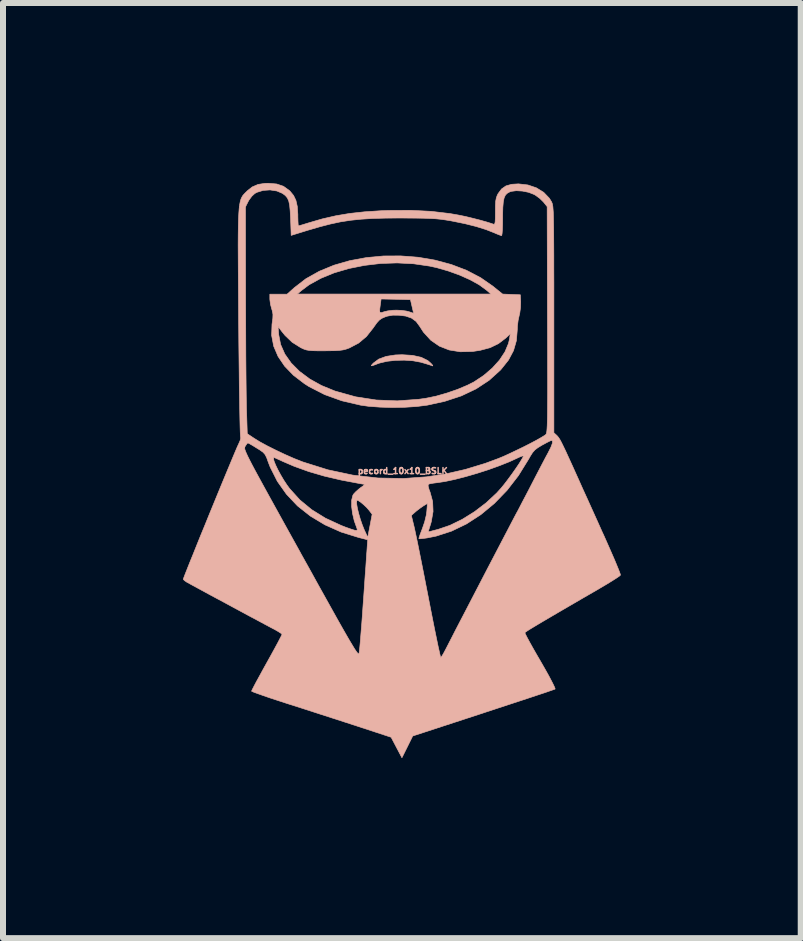
<source format=kicad_pcb>
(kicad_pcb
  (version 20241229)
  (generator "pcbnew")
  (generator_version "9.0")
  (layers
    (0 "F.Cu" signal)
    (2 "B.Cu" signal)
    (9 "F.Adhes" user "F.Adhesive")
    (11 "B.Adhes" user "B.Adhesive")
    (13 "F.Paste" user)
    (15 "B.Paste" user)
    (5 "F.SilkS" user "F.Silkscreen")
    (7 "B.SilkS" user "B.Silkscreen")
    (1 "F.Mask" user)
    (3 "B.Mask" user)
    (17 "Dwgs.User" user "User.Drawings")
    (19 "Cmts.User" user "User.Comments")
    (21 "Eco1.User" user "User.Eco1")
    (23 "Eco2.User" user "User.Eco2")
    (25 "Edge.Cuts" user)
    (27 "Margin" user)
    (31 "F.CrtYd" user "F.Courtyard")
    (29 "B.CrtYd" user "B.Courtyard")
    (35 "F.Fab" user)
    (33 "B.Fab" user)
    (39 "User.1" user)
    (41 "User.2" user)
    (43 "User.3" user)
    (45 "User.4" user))
  (footprint "pecord_10x10_BSLK"
    (layer "F.Cu")
    (at 3.663 4.8)
    (property "Reference" "pecord_10x10_BSLK" (at 0 0 0) (layer "B.SilkS") (effects (font (size 0.1 0.1) (thickness 0.025))))
    (attr through_hole)
    (fp_poly (pts (xy 0.165 -1.926) (xy 0.308 -1.894) (xy 0.418 -1.84) (xy 0.469 -1.795) (xy 0.499 -1.761) (xy 0.501 -1.75) (xy 0.478 -1.758) (xy 0.438 -1.771) (xy 0.373 -1.791) (xy 0.297 -1.813) (xy 0.295 -1.813) (xy 0.171 -1.836) (xy 0.028 -1.846) (xy -0.121 -1.843) (xy -0.262 -1.827) (xy -0.381 -1.799) (xy -0.406 -1.791) (xy -0.477 -1.764) (xy -0.515 -1.752) (xy -0.524 -1.755) (xy -0.51 -1.775) (xy -0.488 -1.798) (xy -0.399 -1.864) (xy -0.277 -1.909) (xy -0.123 -1.933) (xy -0.01 -1.937) (xy 0.165 -1.926)) (stroke (width 0.01) (type solid)) (fill yes) (layer "B.SilkS"))
    (fp_poly (pts (xy 0.256 -3.562) (xy 0.538 -3.514) (xy 0.809 -3.441) (xy 1.064 -3.344) (xy 1.299 -3.221) (xy 1.502 -3.08) (xy 1.665 -2.948) (xy 1.813 -2.942) (xy 1.961 -2.936) (xy 1.967 -2.818) (xy 1.964 -2.725) (xy 1.951 -2.629) (xy 1.942 -2.591) (xy 1.924 -2.508) (xy 1.912 -2.411) (xy 1.91 -2.353) (xy 1.895 -2.171) (xy 1.847 -2.005) (xy 1.764 -1.849) (xy 1.643 -1.697) (xy 1.627 -1.679) (xy 1.44 -1.51) (xy 1.224 -1.368) (xy 0.978 -1.251) (xy 0.701 -1.16) (xy 0.409 -1.096) (xy 0.236 -1.074) (xy 0.039 -1.061) (xy -0.17 -1.057) (xy -0.377 -1.063) (xy -0.568 -1.077) (xy -0.702 -1.096) (xy -1.015 -1.169) (xy -1.301 -1.272) (xy -1.561 -1.405) (xy -1.638 -1.454) (xy -1.821 -1.594) (xy -1.968 -1.746) (xy -2.078 -1.909) (xy -2.151 -2.08) (xy -2.185 -2.259) (xy -2.18 -2.408) (xy -2.078 -2.408) (xy -2.067 -2.272) (xy -2.035 -2.107) (xy -1.965 -1.948) (xy -1.859 -1.798) (xy -1.72 -1.659) (xy -1.551 -1.533) (xy -1.355 -1.424) (xy -1.133 -1.333) (xy -1.121 -1.329) (xy -0.783 -1.235) (xy -0.44 -1.182) (xy -0.09 -1.168) (xy 0.267 -1.194) (xy 0.386 -1.211) (xy 0.556 -1.246) (xy 0.737 -1.298) (xy 0.917 -1.36) (xy 1.08 -1.429) (xy 1.189 -1.484) (xy 1.351 -1.592) (xy 1.494 -1.715) (xy 1.614 -1.848) (xy 1.705 -1.986) (xy 1.763 -2.124) (xy 1.78 -2.196) (xy 1.793 -2.286) (xy 1.715 -2.212) (xy 1.595 -2.121) (xy 1.456 -2.054) (xy 1.291 -2.01) (xy 1.165 -1.991) (xy 0.959 -1.986) (xy 0.774 -2.016) (xy 0.611 -2.08) (xy 0.468 -2.179) (xy 0.346 -2.313) (xy 0.284 -2.409) (xy 0.224 -2.491) (xy 0.148 -2.547) (xy 0.05 -2.581) (xy -0.061 -2.595) (xy -0.166 -2.596) (xy -0.255 -2.58) (xy -0.294 -2.567) (xy -0.349 -2.543) (xy -0.391 -2.513) (xy -0.432 -2.468) (xy -0.482 -2.398) (xy -0.493 -2.382) (xy -0.605 -2.24) (xy -0.735 -2.131) (xy -0.889 -2.05) (xy -0.894 -2.048) (xy -0.944 -2.03) (xy -0.995 -2.017) (xy -1.054 -2.009) (xy -1.131 -2.004) (xy -1.236 -2.003) (xy -1.3 -2.002) (xy -1.417 -2.002) (xy -1.501 -2.004) (xy -1.562 -2.009) (xy -1.608 -2.017) (xy -1.649 -2.031) (xy -1.692 -2.051) (xy -1.707 -2.059) (xy -1.843 -2.145) (xy -1.961 -2.258) (xy -2.017 -2.327) (xy -2.078 -2.408) (xy -2.18 -2.408) (xy -2.179 -2.443) (xy -2.177 -2.457) (xy -2.165 -2.545) (xy -2.163 -2.607) (xy -2.17 -2.653) (xy -0.384 -2.653) (xy -0.373 -2.637) (xy -0.346 -2.641) (xy -0.31 -2.653) (xy -0.248 -2.668) (xy -0.165 -2.678) (xy -0.102 -2.68) (xy -0.018 -2.676) (xy 0.061 -2.665) (xy 0.107 -2.653) (xy 0.154 -2.637) (xy 0.18 -2.629) (xy 0.182 -2.629) (xy 0.177 -2.648) (xy 0.166 -2.696) (xy 0.155 -2.743) (xy 0.129 -2.855) (xy -0.116 -2.861) (xy -0.36 -2.866) (xy -0.373 -2.771) (xy -0.383 -2.696) (xy -0.384 -2.653) (xy -2.17 -2.653) (xy -2.171 -2.659) (xy -2.184 -2.701) (xy -2.204 -2.776) (xy -2.214 -2.852) (xy -2.215 -2.868) (xy -2.215 -2.946) (xy -2.071 -2.946) (xy -1.927 -2.946) (xy -1.925 -2.948) (xy -1.758 -2.948) (xy 1.473 -2.948) (xy 1.392 -3.017) (xy 1.274 -3.103) (xy 1.124 -3.186) (xy 0.95 -3.264) (xy 0.762 -3.332) (xy 0.568 -3.388) (xy 0.449 -3.414) (xy 0.182 -3.453) (xy -0.092 -3.467) (xy -0.367 -3.458) (xy -0.637 -3.426) (xy -0.897 -3.374) (xy -1.142 -3.302) (xy -1.364 -3.211) (xy -1.56 -3.103) (xy -1.692 -3.004) (xy -1.758 -2.948) (xy -1.925 -2.948) (xy -1.808 -3.053) (xy -1.614 -3.203) (xy -1.391 -3.328) (xy -1.146 -3.429) (xy -0.882 -3.505) (xy -0.606 -3.556) (xy -0.32 -3.583) (xy -0.032 -3.584) (xy 0.256 -3.562)) (stroke (width 0.01) (type solid)) (fill yes) (layer "B.SilkS"))
    (fp_poly (pts (xy -2.1 -4.783) (xy -1.988 -4.745) (xy -1.892 -4.676) (xy -1.878 -4.663) (xy -1.819 -4.591) (xy -1.78 -4.509) (xy -1.757 -4.407) (xy -1.748 -4.277) (xy -1.748 -4.238) (xy -1.746 -4.165) (xy -1.743 -4.11) (xy -1.739 -4.085) (xy -1.738 -4.084) (xy -1.716 -4.09) (xy -1.665 -4.105) (xy -1.594 -4.127) (xy -1.571 -4.134) (xy -1.341 -4.201) (xy -1.115 -4.253) (xy -0.884 -4.292) (xy -0.638 -4.319) (xy -0.365 -4.337) (xy -0.234 -4.342) (xy 0.135 -4.344) (xy 0.474 -4.327) (xy 0.787 -4.29) (xy 0.93 -4.265) (xy 1.043 -4.242) (xy 1.166 -4.212) (xy 1.288 -4.181) (xy 1.398 -4.15) (xy 1.484 -4.123) (xy 1.509 -4.114) (xy 1.524 -4.111) (xy 1.535 -4.122) (xy 1.541 -4.152) (xy 1.544 -4.208) (xy 1.545 -4.297) (xy 1.545 -4.321) (xy 1.546 -4.424) (xy 1.55 -4.497) (xy 1.56 -4.549) (xy 1.575 -4.592) (xy 1.59 -4.622) (xy 1.648 -4.7) (xy 1.721 -4.751) (xy 1.816 -4.778) (xy 1.93 -4.785) (xy 2.086 -4.767) (xy 2.228 -4.719) (xy 2.35 -4.644) (xy 2.444 -4.546) (xy 2.481 -4.486) (xy 2.487 -4.472) (xy 2.493 -4.456) (xy 2.498 -4.434) (xy 2.503 -4.405) (xy 2.506 -4.366) (xy 2.51 -4.314) (xy 2.512 -4.247) (xy 2.514 -4.162) (xy 2.516 -4.056) (xy 2.517 -3.928) (xy 2.518 -3.775) (xy 2.519 -3.594) (xy 2.519 -3.382) (xy 2.52 -3.138) (xy 2.52 -2.858) (xy 2.52 -2.54) (xy 2.52 -2.524) (xy 2.52 -0.636) (xy 2.562 -0.598) (xy 2.581 -0.579) (xy 2.599 -0.556) (xy 2.62 -0.524) (xy 2.645 -0.478) (xy 2.676 -0.415) (xy 2.717 -0.33) (xy 2.768 -0.218) (xy 2.833 -0.076) (xy 2.876 0.02) (xy 2.933 0.146) (xy 3.002 0.301) (xy 3.081 0.474) (xy 3.164 0.658) (xy 3.248 0.844) (xy 3.328 1.023) (xy 3.352 1.074) (xy 3.419 1.225) (xy 3.48 1.364) (xy 3.534 1.488) (xy 3.577 1.592) (xy 3.609 1.671) (xy 3.627 1.721) (xy 3.63 1.737) (xy 3.61 1.755) (xy 3.56 1.789) (xy 3.486 1.836) (xy 3.393 1.893) (xy 3.286 1.956) (xy 3.258 1.973) (xy 3.012 2.115) (xy 2.799 2.239) (xy 2.617 2.345) (xy 2.465 2.434) (xy 2.339 2.508) (xy 2.238 2.568) (xy 2.16 2.615) (xy 2.103 2.65) (xy 2.065 2.675) (xy 2.044 2.69) (xy 2.037 2.697) (xy 2.045 2.719) (xy 2.071 2.771) (xy 2.113 2.849) (xy 2.167 2.946) (xy 2.232 3.06) (xy 2.296 3.17) (xy 2.37 3.299) (xy 2.434 3.413) (xy 2.484 3.508) (xy 2.52 3.58) (xy 2.539 3.624) (xy 2.54 3.637) (xy 2.518 3.645) (xy 2.46 3.665) (xy 2.371 3.696) (xy 2.253 3.735) (xy 2.109 3.783) (xy 1.945 3.837) (xy 1.762 3.897) (xy 1.564 3.962) (xy 1.354 4.031) (xy 1.343 4.035) (xy 0.167 4.419) (xy 0.077 4.601) (xy -0.013 4.782) (xy -0.103 4.611) (xy -0.193 4.44) (xy -0.762 4.253) (xy -0.944 4.194) (xy -1.151 4.127) (xy -1.371 4.056) (xy -1.59 3.985) (xy -1.795 3.919) (xy -1.925 3.878) (xy -2.072 3.83) (xy -2.207 3.786) (xy -2.323 3.746) (xy -2.416 3.713) (xy -2.482 3.689) (xy -2.516 3.674) (xy -2.519 3.671) (xy -2.51 3.649) (xy -2.483 3.596) (xy -2.442 3.518) (xy -2.388 3.42) (xy -2.326 3.306) (xy -2.266 3.198) (xy -2.197 3.074) (xy -2.135 2.961) (xy -2.083 2.865) (xy -2.044 2.79) (xy -2.019 2.742) (xy -2.012 2.725) (xy -2.028 2.708) (xy -2.073 2.679) (xy -2.137 2.642) (xy -2.159 2.631) (xy -2.216 2.601) (xy -2.3 2.556) (xy -2.406 2.499) (xy -2.53 2.433) (xy -2.665 2.36) (xy -2.808 2.283) (xy -2.952 2.205) (xy -3.094 2.129) (xy -3.228 2.057) (xy -3.349 1.991) (xy -3.452 1.935) (xy -3.533 1.891) (xy -3.585 1.862) (xy -3.602 1.853) (xy -3.64 1.826) (xy -3.658 1.806) (xy -3.658 1.805) (xy -3.65 1.782) (xy -3.629 1.726) (xy -3.595 1.64) (xy -3.551 1.529) (xy -3.497 1.397) (xy -3.437 1.247) (xy -3.371 1.083) (xy -3.3 0.911) (xy -3.228 0.733) (xy -3.154 0.553) (xy -3.082 0.377) (xy -3.012 0.207) (xy -2.946 0.048) (xy -2.886 -0.096) (xy -2.834 -0.221) (xy -2.791 -0.323) (xy -2.768 -0.377) (xy -2.634 -0.377) (xy -2.631 -0.358) (xy -2.622 -0.332) (xy -2.607 -0.296) (xy -2.585 -0.248) (xy -2.554 -0.186) (xy -2.514 -0.108) (xy -2.463 -0.012) (xy -2.4 0.104) (xy -2.324 0.243) (xy -2.234 0.407) (xy -2.129 0.597) (xy -2.008 0.816) (xy -1.869 1.067) (xy -1.712 1.35) (xy -1.7 1.373) (xy -1.54 1.66) (xy -1.4 1.914) (xy -1.276 2.136) (xy -1.169 2.328) (xy -1.077 2.493) (xy -0.999 2.631) (xy -0.933 2.746) (xy -0.879 2.839) (xy -0.835 2.912) (xy -0.801 2.968) (xy -0.775 3.007) (xy -0.756 3.032) (xy -0.743 3.046) (xy -0.734 3.049) (xy -0.729 3.044) (xy -0.727 3.039) (xy -0.723 3.005) (xy -0.715 2.935) (xy -0.706 2.835) (xy -0.696 2.709) (xy -0.684 2.563) (xy -0.672 2.403) (xy -0.662 2.256) (xy -0.649 2.079) (xy -0.637 1.906) (xy -0.626 1.744) (xy -0.615 1.599) (xy -0.607 1.477) (xy -0.601 1.386) (xy -0.597 1.341) (xy -0.584 1.148) (xy -0.734 1.11) (xy -1.027 1.019) (xy -1.296 0.899) (xy -1.539 0.753) (xy -1.754 0.583) (xy -1.938 0.388) (xy -2.09 0.173) (xy -2.209 -0.063) (xy -2.244 -0.154) (xy -2.263 -0.208) (xy -2.155 -0.208) (xy -2.145 -0.164) (xy -2.119 -0.099) (xy -2.081 -0.02) (xy -2.034 0.067) (xy -1.982 0.155) (xy -1.927 0.238) (xy -1.885 0.295) (xy -1.715 0.483) (xy -1.517 0.646) (xy -1.288 0.788) (xy -1.026 0.909) (xy -0.955 0.937) (xy -0.862 0.97) (xy -0.801 0.989) (xy -0.768 0.992) (xy -0.757 0.982) (xy -0.762 0.96) (xy -0.807 0.834) (xy -0.837 0.707) (xy -0.852 0.589) (xy -0.851 0.505) (xy -0.769 0.505) (xy -0.767 0.554) (xy -0.755 0.625) (xy -0.734 0.711) (xy -0.707 0.804) (xy -0.675 0.897) (xy -0.641 0.982) (xy -0.639 0.986) (xy -0.583 1.107) (xy -0.546 0.916) (xy -0.513 0.742) (xy 0.144 0.742) (xy 0.191 0.935) (xy 0.204 0.994) (xy 0.224 1.088) (xy 0.25 1.212) (xy 0.28 1.362) (xy 0.314 1.532) (xy 0.351 1.718) (xy 0.389 1.914) (xy 0.429 2.117) (xy 0.429 2.118) (xy 0.467 2.313) (xy 0.503 2.495) (xy 0.536 2.66) (xy 0.566 2.806) (xy 0.591 2.927) (xy 0.612 3.02) (xy 0.626 3.082) (xy 0.634 3.108) (xy 0.635 3.109) (xy 0.65 3.092) (xy 0.678 3.046) (xy 0.714 2.979) (xy 0.744 2.921) (xy 0.772 2.866) (xy 0.817 2.779) (xy 0.875 2.665) (xy 0.946 2.528) (xy 1.027 2.373) (xy 1.115 2.203) (xy 1.208 2.024) (xy 1.304 1.839) (xy 1.4 1.654) (xy 1.495 1.472) (xy 1.586 1.298) (xy 1.671 1.135) (xy 1.747 0.99) (xy 1.812 0.865) (xy 1.864 0.766) (xy 1.901 0.696) (xy 1.91 0.681) (xy 1.944 0.616) (xy 1.992 0.523) (xy 2.05 0.413) (xy 2.112 0.294) (xy 2.164 0.193) (xy 2.226 0.073) (xy 2.288 -0.046) (xy 2.345 -0.155) (xy 2.392 -0.244) (xy 2.421 -0.297) (xy 2.471 -0.396) (xy 2.496 -0.464) (xy 2.496 -0.5) (xy 2.481 -0.508) (xy 2.455 -0.499) (xy 2.405 -0.474) (xy 2.339 -0.438) (xy 2.323 -0.43) (xy 2.254 -0.388) (xy 2.205 -0.351) (xy 2.165 -0.306) (xy 2.125 -0.243) (xy 2.096 -0.191) (xy 1.928 0.08) (xy 1.738 0.325) (xy 1.528 0.542) (xy 1.302 0.729) (xy 1.063 0.884) (xy 0.814 1.004) (xy 0.557 1.087) (xy 0.408 1.117) (xy 0.34 1.126) (xy 0.29 1.131) (xy 0.27 1.13) (xy 0.274 1.11) (xy 0.29 1.06) (xy 0.316 0.992) (xy 0.327 0.963) (xy 0.366 0.85) (xy 0.393 0.737) (xy 0.402 0.673) (xy 0.412 0.543) (xy 0.351 0.579) (xy 0.297 0.616) (xy 0.235 0.663) (xy 0.217 0.678) (xy 0.144 0.742) (xy -0.513 0.742) (xy -0.509 0.724) (xy -0.56 0.657) (xy -0.601 0.61) (xy -0.653 0.561) (xy -0.704 0.519) (xy -0.745 0.492) (xy -0.759 0.488) (xy -0.769 0.505) (xy -0.851 0.505) (xy -0.851 0.487) (xy -0.832 0.41) (xy -0.821 0.389) (xy -0.784 0.349) (xy -0.731 0.302) (xy -0.708 0.284) (xy -0.659 0.249) (xy 0.423 0.249) (xy 0.439 0.309) (xy 0.457 0.356) (xy 0.499 0.51) (xy 0.506 0.677) (xy 0.476 0.848) (xy 0.468 0.877) (xy 0.447 0.943) (xy 0.432 0.992) (xy 0.427 1.012) (xy 0.443 1.013) (xy 0.462 1.008) (xy 0.503 0.997) (xy 0.564 0.981) (xy 0.589 0.975) (xy 0.788 0.907) (xy 0.993 0.807) (xy 1.197 0.68) (xy 1.391 0.532) (xy 1.567 0.368) (xy 1.641 0.286) (xy 1.695 0.22) (xy 1.756 0.14) (xy 1.82 0.053) (xy 1.882 -0.035) (xy 1.937 -0.116) (xy 1.979 -0.184) (xy 2.006 -0.231) (xy 2.012 -0.249) (xy 1.996 -0.249) (xy 1.954 -0.234) (xy 1.915 -0.216) (xy 1.776 -0.152) (xy 1.61 -0.086) (xy 1.427 -0.02) (xy 1.237 0.041) (xy 1.047 0.096) (xy 0.868 0.142) (xy 0.708 0.176) (xy 0.584 0.195) (xy 0.512 0.204) (xy 0.456 0.214) (xy 0.429 0.222) (xy 0.423 0.249) (xy -0.659 0.249) (xy -0.627 0.226) (xy -0.705 0.213) (xy -1.023 0.153) (xy -1.309 0.086) (xy -1.569 0.01) (xy -1.81 -0.077) (xy -1.989 -0.154) (xy -2.059 -0.186) (xy -2.114 -0.211) (xy -2.144 -0.223) (xy -2.147 -0.224) (xy -2.155 -0.208) (xy -2.263 -0.208) (xy -2.27 -0.226) (xy -2.295 -0.274) (xy -2.328 -0.311) (xy -2.38 -0.348) (xy -2.432 -0.38) (xy -2.498 -0.421) (xy -2.55 -0.451) (xy -2.579 -0.466) (xy -2.581 -0.467) (xy -2.598 -0.452) (xy -2.623 -0.414) (xy -2.625 -0.411) (xy -2.63 -0.402) (xy -2.634 -0.391) (xy -2.634 -0.377) (xy -2.768 -0.377) (xy -2.759 -0.398) (xy -2.739 -0.442) (xy -2.735 -0.45) (xy -2.71 -0.507) (xy -2.7 -0.548) (xy -2.703 -0.561) (xy -2.705 -0.584) (xy -2.708 -0.644) (xy -2.711 -0.739) (xy -2.714 -0.866) (xy -2.717 -1.023) (xy -2.72 -1.205) (xy -2.724 -1.412) (xy -2.726 -1.638) (xy -2.729 -1.883) (xy -2.732 -2.142) (xy -2.734 -2.414) (xy -2.735 -2.459) (xy -2.737 -2.792) (xy -2.739 -3.087) (xy -2.741 -3.347) (xy -2.742 -3.573) (xy -2.743 -3.769) (xy -2.742 -3.937) (xy -2.74 -4.079) (xy -2.737 -4.198) (xy -2.732 -4.296) (xy -2.726 -4.376) (xy -2.723 -4.401) (xy -2.621 -4.401) (xy -2.619 -2.886) (xy -2.618 -2.63) (xy -2.617 -2.377) (xy -2.616 -2.132) (xy -2.615 -1.898) (xy -2.613 -1.68) (xy -2.611 -1.482) (xy -2.609 -1.31) (xy -2.607 -1.165) (xy -2.605 -1.055) (xy -2.603 -0.996) (xy -2.591 -0.62) (xy -2.479 -0.545) (xy -2.382 -0.485) (xy -2.257 -0.417) (xy -2.113 -0.345) (xy -1.961 -0.273) (xy -1.811 -0.207) (xy -1.672 -0.152) (xy -1.654 -0.146) (xy -1.246 -0.018) (xy -0.832 0.07) (xy -0.412 0.118) (xy 0.015 0.126) (xy 0.396 0.099) (xy 0.714 0.051) (xy 1.045 -0.025) (xy 1.376 -0.126) (xy 1.59 -0.205) (xy 1.68 -0.242) (xy 1.785 -0.29) (xy 1.9 -0.345) (xy 2.018 -0.402) (xy 2.13 -0.459) (xy 2.23 -0.512) (xy 2.311 -0.558) (xy 2.366 -0.592) (xy 2.382 -0.604) (xy 2.389 -0.611) (xy 2.394 -0.622) (xy 2.399 -0.64) (xy 2.403 -0.667) (xy 2.406 -0.705) (xy 2.409 -0.757) (xy 2.411 -0.825) (xy 2.413 -0.912) (xy 2.414 -1.021) (xy 2.415 -1.153) (xy 2.416 -1.312) (xy 2.416 -1.499) (xy 2.415 -1.718) (xy 2.415 -1.97) (xy 2.414 -2.259) (xy 2.413 -2.521) (xy 2.408 -4.406) (xy 2.345 -4.484) (xy 2.286 -4.542) (xy 2.214 -4.595) (xy 2.189 -4.609) (xy 2.099 -4.644) (xy 1.995 -4.665) (xy 1.894 -4.671) (xy 1.809 -4.66) (xy 1.788 -4.653) (xy 1.745 -4.63) (xy 1.713 -4.599) (xy 1.691 -4.552) (xy 1.677 -4.486) (xy 1.669 -4.392) (xy 1.666 -4.266) (xy 1.666 -4.217) (xy 1.665 -4.113) (xy 1.662 -4.025) (xy 1.657 -3.96) (xy 1.651 -3.925) (xy 1.648 -3.922) (xy 1.621 -3.93) (xy 1.57 -3.95) (xy 1.521 -3.971) (xy 1.389 -4.023) (xy 1.226 -4.074) (xy 1.039 -4.121) (xy 0.838 -4.162) (xy 0.792 -4.171) (xy 0.71 -4.184) (xy 0.631 -4.195) (xy 0.55 -4.203) (xy 0.459 -4.208) (xy 0.351 -4.212) (xy 0.221 -4.214) (xy 0.06 -4.215) (xy -0.041 -4.216) (xy -0.288 -4.214) (xy -0.502 -4.208) (xy -0.693 -4.196) (xy -0.868 -4.178) (xy -1.036 -4.152) (xy -1.204 -4.116) (xy -1.382 -4.07) (xy -1.577 -4.013) (xy -1.636 -3.995) (xy -1.859 -3.926) (xy -1.869 -4.204) (xy -1.876 -4.334) (xy -1.885 -4.43) (xy -1.9 -4.5) (xy -1.923 -4.551) (xy -1.956 -4.59) (xy -2.001 -4.624) (xy -2.001 -4.625) (xy -2.097 -4.666) (xy -2.211 -4.684) (xy -2.326 -4.676) (xy -2.43 -4.644) (xy -2.465 -4.625) (xy -2.514 -4.58) (xy -2.561 -4.517) (xy -2.576 -4.491) (xy -2.621 -4.401) (xy -2.723 -4.401) (xy -2.718 -4.44) (xy -2.708 -4.491) (xy -2.696 -4.532) (xy -2.681 -4.564) (xy -2.665 -4.591) (xy -2.645 -4.614) (xy -2.623 -4.637) (xy -2.598 -4.661) (xy -2.594 -4.666) (xy -2.508 -4.734) (xy -2.411 -4.776) (xy -2.293 -4.794) (xy -2.238 -4.795) (xy -2.1 -4.783)) (stroke (width 0.01) (type solid)) (fill yes) (layer "B.SilkS")))
  (gr_rect
    (start -3 -3)
    (end 10.298 12.588)
    (stroke (width 0.1) (type default))
    (fill no)
    (layer "Edge.Cuts")))
</source>
